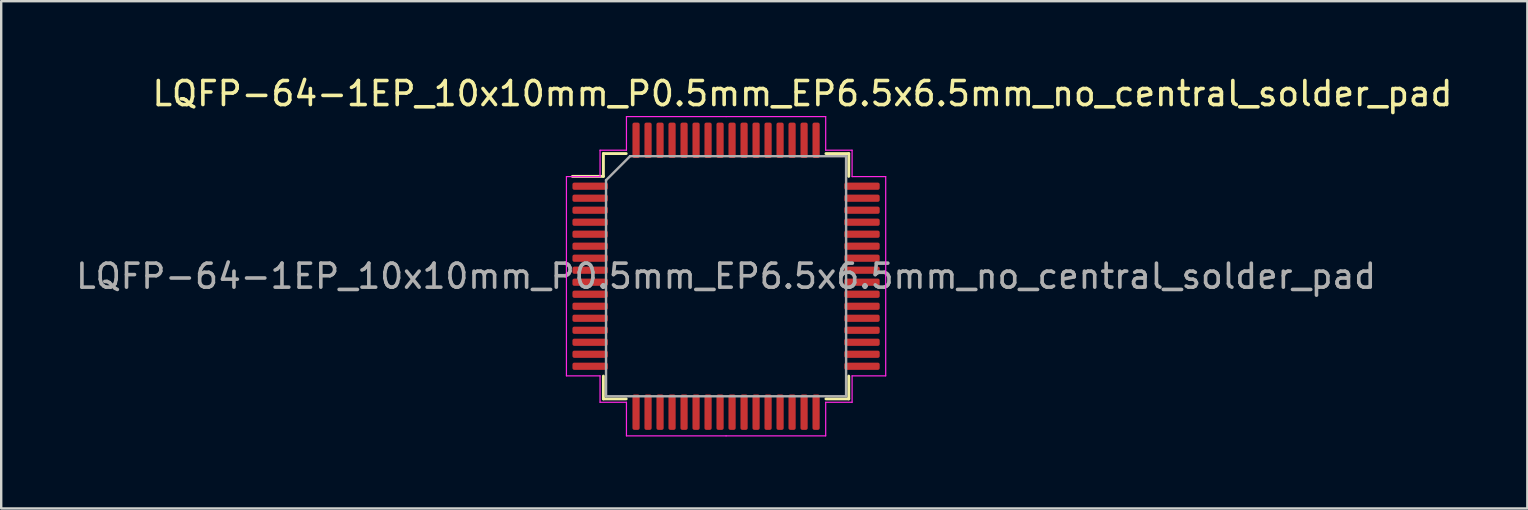
<source format=kicad_pcb>
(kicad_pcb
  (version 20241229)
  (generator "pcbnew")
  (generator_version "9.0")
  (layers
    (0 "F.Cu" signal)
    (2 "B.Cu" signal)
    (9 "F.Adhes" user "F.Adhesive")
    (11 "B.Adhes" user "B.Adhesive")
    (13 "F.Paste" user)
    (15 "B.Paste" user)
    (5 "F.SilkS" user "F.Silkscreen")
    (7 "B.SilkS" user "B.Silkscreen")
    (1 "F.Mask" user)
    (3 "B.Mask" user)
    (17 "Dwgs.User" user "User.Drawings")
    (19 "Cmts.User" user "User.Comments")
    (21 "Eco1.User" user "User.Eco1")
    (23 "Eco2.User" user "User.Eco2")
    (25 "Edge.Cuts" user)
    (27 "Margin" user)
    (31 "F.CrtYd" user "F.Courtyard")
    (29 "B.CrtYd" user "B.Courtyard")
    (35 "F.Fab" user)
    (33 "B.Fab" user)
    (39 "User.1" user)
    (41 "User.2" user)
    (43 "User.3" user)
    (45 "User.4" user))
  (footprint "LQFP-64-1EP_10x10mm_P0.5mm_EP6.5x6.5mm_no_central_solder_pad"
    (layer "F.Cu")
    (at 27.196 8.457)
    (property "Reference" "LQFP-64-1EP_10x10mm_P0.5mm_EP6.5x6.5mm_no_central_solder_pad" (at 3.182 -7.608 0) (layer "F.SilkS") (effects (font (size 1 1) (thickness 0.15))))
    (attr smd)
    (fp_line (start -5.11 -5.11) (end -5.11 -4.16) (stroke (width 0.12) (type solid)) (layer "F.SilkS"))
    (fp_line (start -5.11 -4.16) (end -6.4 -4.16) (stroke (width 0.12) (type solid)) (layer "F.SilkS"))
    (fp_line (start -5.11 5.11) (end -5.11 4.16) (stroke (width 0.12) (type solid)) (layer "F.SilkS"))
    (fp_line (start -4.16 -5.11) (end -5.11 -5.11) (stroke (width 0.12) (type solid)) (layer "F.SilkS"))
    (fp_line (start -4.16 5.11) (end -5.11 5.11) (stroke (width 0.12) (type solid)) (layer "F.SilkS"))
    (fp_line (start 4.16 -5.11) (end 5.11 -5.11) (stroke (width 0.12) (type solid)) (layer "F.SilkS"))
    (fp_line (start 4.16 5.11) (end 5.11 5.11) (stroke (width 0.12) (type solid)) (layer "F.SilkS"))
    (fp_line (start 5.11 -5.11) (end 5.11 -4.16) (stroke (width 0.12) (type solid)) (layer "F.SilkS"))
    (fp_line (start 5.11 5.11) (end 5.11 4.16) (stroke (width 0.12) (type solid)) (layer "F.SilkS"))
    (fp_line (start -6.65 -4.15) (end -6.65 0) (stroke (width 0.05) (type solid)) (layer "F.CrtYd"))
    (fp_line (start -6.65 4.15) (end -6.65 0) (stroke (width 0.05) (type solid)) (layer "F.CrtYd"))
    (fp_line (start -5.25 -5.25) (end -5.25 -4.15) (stroke (width 0.05) (type solid)) (layer "F.CrtYd"))
    (fp_line (start -5.25 -4.15) (end -6.65 -4.15) (stroke (width 0.05) (type solid)) (layer "F.CrtYd"))
    (fp_line (start -5.25 4.15) (end -6.65 4.15) (stroke (width 0.05) (type solid)) (layer "F.CrtYd"))
    (fp_line (start -5.25 5.25) (end -5.25 4.15) (stroke (width 0.05) (type solid)) (layer "F.CrtYd"))
    (fp_line (start -4.15 -6.65) (end -4.15 -5.25) (stroke (width 0.05) (type solid)) (layer "F.CrtYd"))
    (fp_line (start -4.15 -5.25) (end -5.25 -5.25) (stroke (width 0.05) (type solid)) (layer "F.CrtYd"))
    (fp_line (start -4.15 5.25) (end -5.25 5.25) (stroke (width 0.05) (type solid)) (layer "F.CrtYd"))
    (fp_line (start -4.15 6.65) (end -4.15 5.25) (stroke (width 0.05) (type solid)) (layer "F.CrtYd"))
    (fp_line (start 0 -6.65) (end -4.15 -6.65) (stroke (width 0.05) (type solid)) (layer "F.CrtYd"))
    (fp_line (start 0 -6.65) (end 4.15 -6.65) (stroke (width 0.05) (type solid)) (layer "F.CrtYd"))
    (fp_line (start 0 6.65) (end -4.15 6.65) (stroke (width 0.05) (type solid)) (layer "F.CrtYd"))
    (fp_line (start 0 6.65) (end 4.15 6.65) (stroke (width 0.05) (type solid)) (layer "F.CrtYd"))
    (fp_line (start 4.15 -6.65) (end 4.15 -5.25) (stroke (width 0.05) (type solid)) (layer "F.CrtYd"))
    (fp_line (start 4.15 -5.25) (end 5.25 -5.25) (stroke (width 0.05) (type solid)) (layer "F.CrtYd"))
    (fp_line (start 4.15 5.25) (end 5.25 5.25) (stroke (width 0.05) (type solid)) (layer "F.CrtYd"))
    (fp_line (start 4.15 6.65) (end 4.15 5.25) (stroke (width 0.05) (type solid)) (layer "F.CrtYd"))
    (fp_line (start 5.25 -5.25) (end 5.25 -4.15) (stroke (width 0.05) (type solid)) (layer "F.CrtYd"))
    (fp_line (start 5.25 -4.15) (end 6.65 -4.15) (stroke (width 0.05) (type solid)) (layer "F.CrtYd"))
    (fp_line (start 5.25 4.15) (end 6.65 4.15) (stroke (width 0.05) (type solid)) (layer "F.CrtYd"))
    (fp_line (start 5.25 5.25) (end 5.25 4.15) (stroke (width 0.05) (type solid)) (layer "F.CrtYd"))
    (fp_line (start 6.65 -4.15) (end 6.65 0) (stroke (width 0.05) (type solid)) (layer "F.CrtYd"))
    (fp_line (start 6.65 4.15) (end 6.65 0) (stroke (width 0.05) (type solid)) (layer "F.CrtYd"))
    (fp_line (start -5 -4) (end -4 -5) (stroke (width 0.1) (type solid)) (layer "F.Fab"))
    (fp_line (start -5 5) (end -5 -4) (stroke (width 0.1) (type solid)) (layer "F.Fab"))
    (fp_line (start -4 -5) (end 5 -5) (stroke (width 0.1) (type solid)) (layer "F.Fab"))
    (fp_line (start 5 -5) (end 5 5) (stroke (width 0.1) (type solid)) (layer "F.Fab"))
    (fp_line (start 5 5) (end -5 5) (stroke (width 0.1) (type solid)) (layer "F.Fab"))
    (fp_text user "${REFERENCE}" (at 0 0 0) (layer "F.Fab") (effects (font (size 1 1) (thickness 0.15))))
    (pad "1" smd roundrect (at -5.662 -3.75) (size 1.475 0.3) (layers "F.Cu" "F.Mask" "F.Paste") (roundrect_rratio 0.25))
    (pad "2" smd roundrect (at -5.662 -3.25) (size 1.475 0.3) (layers "F.Cu" "F.Mask" "F.Paste") (roundrect_rratio 0.25))
    (pad "3" smd roundrect (at -5.662 -2.75) (size 1.475 0.3) (layers "F.Cu" "F.Mask" "F.Paste") (roundrect_rratio 0.25))
    (pad "4" smd roundrect (at -5.662 -2.25) (size 1.475 0.3) (layers "F.Cu" "F.Mask" "F.Paste") (roundrect_rratio 0.25))
    (pad "5" smd roundrect (at -5.662 -1.75) (size 1.475 0.3) (layers "F.Cu" "F.Mask" "F.Paste") (roundrect_rratio 0.25))
    (pad "6" smd roundrect (at -5.662 -1.25) (size 1.475 0.3) (layers "F.Cu" "F.Mask" "F.Paste") (roundrect_rratio 0.25))
    (pad "7" smd roundrect (at -5.662 -0.75) (size 1.475 0.3) (layers "F.Cu" "F.Mask" "F.Paste") (roundrect_rratio 0.25))
    (pad "8" smd roundrect (at -5.662 -0.25) (size 1.475 0.3) (layers "F.Cu" "F.Mask" "F.Paste") (roundrect_rratio 0.25))
    (pad "9" smd roundrect (at -5.662 0.25) (size 1.475 0.3) (layers "F.Cu" "F.Mask" "F.Paste") (roundrect_rratio 0.25))
    (pad "10" smd roundrect (at -5.662 0.75) (size 1.475 0.3) (layers "F.Cu" "F.Mask" "F.Paste") (roundrect_rratio 0.25))
    (pad "11" smd roundrect (at -5.662 1.25) (size 1.475 0.3) (layers "F.Cu" "F.Mask" "F.Paste") (roundrect_rratio 0.25))
    (pad "12" smd roundrect (at -5.662 1.75) (size 1.475 0.3) (layers "F.Cu" "F.Mask" "F.Paste") (roundrect_rratio 0.25))
    (pad "13" smd roundrect (at -5.662 2.25) (size 1.475 0.3) (layers "F.Cu" "F.Mask" "F.Paste") (roundrect_rratio 0.25))
    (pad "14" smd roundrect (at -5.662 2.75) (size 1.475 0.3) (layers "F.Cu" "F.Mask" "F.Paste") (roundrect_rratio 0.25))
    (pad "15" smd roundrect (at -5.662 3.25) (size 1.475 0.3) (layers "F.Cu" "F.Mask" "F.Paste") (roundrect_rratio 0.25))
    (pad "16" smd roundrect (at -5.662 3.75) (size 1.475 0.3) (layers "F.Cu" "F.Mask" "F.Paste") (roundrect_rratio 0.25))
    (pad "17" smd roundrect (at -3.75 5.662) (size 0.3 1.475) (layers "F.Cu" "F.Mask" "F.Paste") (roundrect_rratio 0.25))
    (pad "18" smd roundrect (at -3.25 5.662) (size 0.3 1.475) (layers "F.Cu" "F.Mask" "F.Paste") (roundrect_rratio 0.25))
    (pad "19" smd roundrect (at -2.75 5.662) (size 0.3 1.475) (layers "F.Cu" "F.Mask" "F.Paste") (roundrect_rratio 0.25))
    (pad "20" smd roundrect (at -2.25 5.662) (size 0.3 1.475) (layers "F.Cu" "F.Mask" "F.Paste") (roundrect_rratio 0.25))
    (pad "21" smd roundrect (at -1.75 5.662) (size 0.3 1.475) (layers "F.Cu" "F.Mask" "F.Paste") (roundrect_rratio 0.25))
    (pad "22" smd roundrect (at -1.25 5.662) (size 0.3 1.475) (layers "F.Cu" "F.Mask" "F.Paste") (roundrect_rratio 0.25))
    (pad "23" smd roundrect (at -0.75 5.662) (size 0.3 1.475) (layers "F.Cu" "F.Mask" "F.Paste") (roundrect_rratio 0.25))
    (pad "24" smd roundrect (at -0.25 5.662) (size 0.3 1.475) (layers "F.Cu" "F.Mask" "F.Paste") (roundrect_rratio 0.25))
    (pad "25" smd roundrect (at 0.25 5.662) (size 0.3 1.475) (layers "F.Cu" "F.Mask" "F.Paste") (roundrect_rratio 0.25))
    (pad "26" smd roundrect (at 0.75 5.662) (size 0.3 1.475) (layers "F.Cu" "F.Mask" "F.Paste") (roundrect_rratio 0.25))
    (pad "27" smd roundrect (at 1.25 5.662) (size 0.3 1.475) (layers "F.Cu" "F.Mask" "F.Paste") (roundrect_rratio 0.25))
    (pad "28" smd roundrect (at 1.75 5.662) (size 0.3 1.475) (layers "F.Cu" "F.Mask" "F.Paste") (roundrect_rratio 0.25))
    (pad "29" smd roundrect (at 2.25 5.662) (size 0.3 1.475) (layers "F.Cu" "F.Mask" "F.Paste") (roundrect_rratio 0.25))
    (pad "30" smd roundrect (at 2.75 5.662) (size 0.3 1.475) (layers "F.Cu" "F.Mask" "F.Paste") (roundrect_rratio 0.25))
    (pad "31" smd roundrect (at 3.25 5.662) (size 0.3 1.475) (layers "F.Cu" "F.Mask" "F.Paste") (roundrect_rratio 0.25))
    (pad "32" smd roundrect (at 3.75 5.662) (size 0.3 1.475) (layers "F.Cu" "F.Mask" "F.Paste") (roundrect_rratio 0.25))
    (pad "33" smd roundrect (at 5.662 3.75) (size 1.475 0.3) (layers "F.Cu" "F.Mask" "F.Paste") (roundrect_rratio 0.25))
    (pad "34" smd roundrect (at 5.662 3.25) (size 1.475 0.3) (layers "F.Cu" "F.Mask" "F.Paste") (roundrect_rratio 0.25))
    (pad "35" smd roundrect (at 5.662 2.75) (size 1.475 0.3) (layers "F.Cu" "F.Mask" "F.Paste") (roundrect_rratio 0.25))
    (pad "36" smd roundrect (at 5.662 2.25) (size 1.475 0.3) (layers "F.Cu" "F.Mask" "F.Paste") (roundrect_rratio 0.25))
    (pad "37" smd roundrect (at 5.662 1.75) (size 1.475 0.3) (layers "F.Cu" "F.Mask" "F.Paste") (roundrect_rratio 0.25))
    (pad "38" smd roundrect (at 5.662 1.25) (size 1.475 0.3) (layers "F.Cu" "F.Mask" "F.Paste") (roundrect_rratio 0.25))
    (pad "39" smd roundrect (at 5.662 0.75) (size 1.475 0.3) (layers "F.Cu" "F.Mask" "F.Paste") (roundrect_rratio 0.25))
    (pad "40" smd roundrect (at 5.662 0.25) (size 1.475 0.3) (layers "F.Cu" "F.Mask" "F.Paste") (roundrect_rratio 0.25))
    (pad "41" smd roundrect (at 5.662 -0.25) (size 1.475 0.3) (layers "F.Cu" "F.Mask" "F.Paste") (roundrect_rratio 0.25))
    (pad "42" smd roundrect (at 5.662 -0.75) (size 1.475 0.3) (layers "F.Cu" "F.Mask" "F.Paste") (roundrect_rratio 0.25))
    (pad "43" smd roundrect (at 5.662 -1.25) (size 1.475 0.3) (layers "F.Cu" "F.Mask" "F.Paste") (roundrect_rratio 0.25))
    (pad "44" smd roundrect (at 5.662 -1.75) (size 1.475 0.3) (layers "F.Cu" "F.Mask" "F.Paste") (roundrect_rratio 0.25))
    (pad "45" smd roundrect (at 5.662 -2.25) (size 1.475 0.3) (layers "F.Cu" "F.Mask" "F.Paste") (roundrect_rratio 0.25))
    (pad "46" smd roundrect (at 5.662 -2.75) (size 1.475 0.3) (layers "F.Cu" "F.Mask" "F.Paste") (roundrect_rratio 0.25))
    (pad "47" smd roundrect (at 5.662 -3.25) (size 1.475 0.3) (layers "F.Cu" "F.Mask" "F.Paste") (roundrect_rratio 0.25))
    (pad "48" smd roundrect (at 5.662 -3.75) (size 1.475 0.3) (layers "F.Cu" "F.Mask" "F.Paste") (roundrect_rratio 0.25))
    (pad "49" smd roundrect (at 3.75 -5.662) (size 0.3 1.475) (layers "F.Cu" "F.Mask" "F.Paste") (roundrect_rratio 0.25))
    (pad "50" smd roundrect (at 3.25 -5.662) (size 0.3 1.475) (layers "F.Cu" "F.Mask" "F.Paste") (roundrect_rratio 0.25))
    (pad "51" smd roundrect (at 2.75 -5.662) (size 0.3 1.475) (layers "F.Cu" "F.Mask" "F.Paste") (roundrect_rratio 0.25))
    (pad "52" smd roundrect (at 2.25 -5.662) (size 0.3 1.475) (layers "F.Cu" "F.Mask" "F.Paste") (roundrect_rratio 0.25))
    (pad "53" smd roundrect (at 1.75 -5.662) (size 0.3 1.475) (layers "F.Cu" "F.Mask" "F.Paste") (roundrect_rratio 0.25))
    (pad "54" smd roundrect (at 1.25 -5.662) (size 0.3 1.475) (layers "F.Cu" "F.Mask" "F.Paste") (roundrect_rratio 0.25))
    (pad "55" smd roundrect (at 0.75 -5.662) (size 0.3 1.475) (layers "F.Cu" "F.Mask" "F.Paste") (roundrect_rratio 0.25))
    (pad "56" smd roundrect (at 0.25 -5.662) (size 0.3 1.475) (layers "F.Cu" "F.Mask" "F.Paste") (roundrect_rratio 0.25))
    (pad "57" smd roundrect (at -0.25 -5.662) (size 0.3 1.475) (layers "F.Cu" "F.Mask" "F.Paste") (roundrect_rratio 0.25))
    (pad "58" smd roundrect (at -0.75 -5.662) (size 0.3 1.475) (layers "F.Cu" "F.Mask" "F.Paste") (roundrect_rratio 0.25))
    (pad "59" smd roundrect (at -1.25 -5.662) (size 0.3 1.475) (layers "F.Cu" "F.Mask" "F.Paste") (roundrect_rratio 0.25))
    (pad "60" smd roundrect (at -1.75 -5.662) (size 0.3 1.475) (layers "F.Cu" "F.Mask" "F.Paste") (roundrect_rratio 0.25))
    (pad "61" smd roundrect (at -2.25 -5.662) (size 0.3 1.475) (layers "F.Cu" "F.Mask" "F.Paste") (roundrect_rratio 0.25))
    (pad "62" smd roundrect (at -2.75 -5.662) (size 0.3 1.475) (layers "F.Cu" "F.Mask" "F.Paste") (roundrect_rratio 0.25))
    (pad "63" smd roundrect (at -3.25 -5.662) (size 0.3 1.475) (layers "F.Cu" "F.Mask" "F.Paste") (roundrect_rratio 0.25))
    (pad "64" smd roundrect (at -3.75 -5.662) (size 0.3 1.475) (layers "F.Cu" "F.Mask" "F.Paste") (roundrect_rratio 0.25)))
  (gr_rect
    (start -3 -3)
    (end 60.575 18.132)
    (stroke (width 0.1) (type default))
    (fill no)
    (layer "Edge.Cuts")))
</source>
